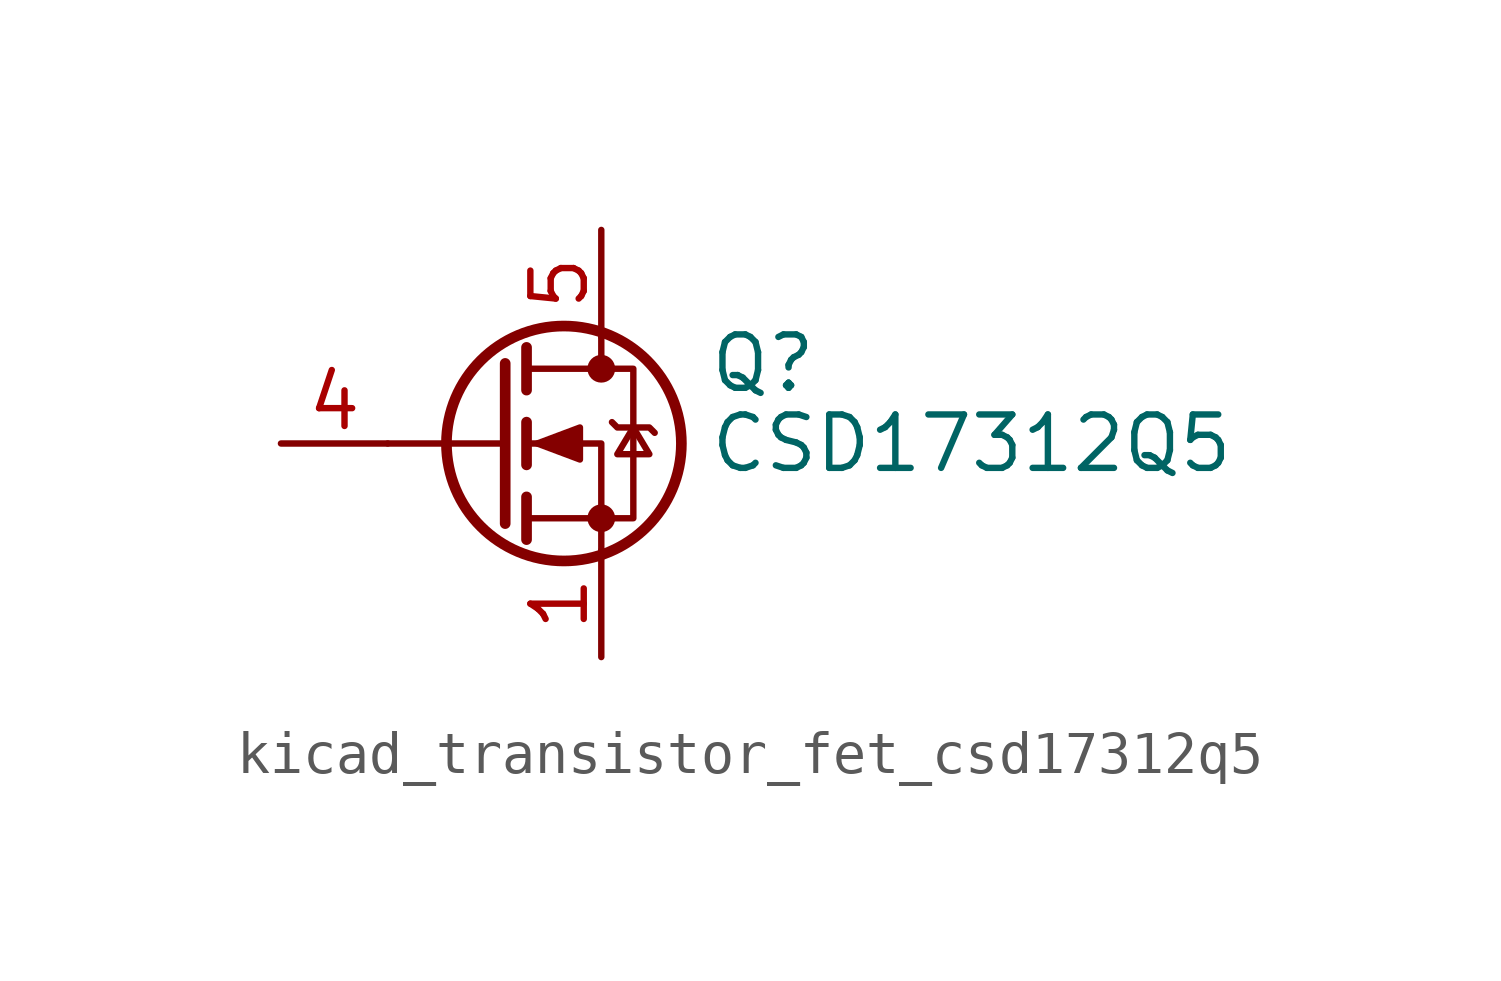
<source format=kicad_sym>
(kicad_symbol_lib
  (version 20220914)
  (generator kicad_symbol_editor)
  (symbol "kicad_transistor_fet_csd17312q5"
    (pin_names hide)
    (property "Reference" "Q"
      (at 5.08 1.905 0)
      (effects (font (size 1.27 1.27)) (justify left)))
    (property "Value" "CSD17312Q5"
      (at 5.08 0 0)
      (effects (font (size 1.27 1.27)) (justify left)))
    (symbol "kicad_transistor_fet_csd17312q5_0_1"
      (polyline (pts (xy 0.254 0) (xy -2.54 0)) (stroke (width 0) (type default)) (fill (type none)))
      (polyline (pts (xy 0.254 1.905) (xy 0.254 -1.905)) (stroke (width 0.254) (type default)) (fill (type none)))
      (polyline (pts (xy 0.762 -1.27) (xy 0.762 -2.286)) (stroke (width 0.254) (type default)) (fill (type none)))
      (polyline (pts (xy 0.762 0.508) (xy 0.762 -0.508)) (stroke (width 0.254) (type default)) (fill (type none)))
      (polyline (pts (xy 0.762 2.286) (xy 0.762 1.27)) (stroke (width 0.254) (type default)) (fill (type none)))
      (polyline (pts (xy 2.54 2.54) (xy 2.54 1.778)) (stroke (width 0) (type default)) (fill (type none)))
      (polyline (pts (xy 2.54 -2.54) (xy 2.54 0) (xy 0.762 0)) (stroke (width 0) (type default)) (fill (type none)))
      (polyline (pts (xy 0.762 -1.778) (xy 3.302 -1.778) (xy 3.302 1.778) (xy 0.762 1.778)) (stroke (width 0) (type default)) (fill (type none)))
      (polyline (pts (xy 1.016 0) (xy 2.032 0.381) (xy 2.032 -0.381) (xy 1.016 0)) (stroke (width 0) (type default)) (fill (type outline)))
      (polyline (pts (xy 2.794 0.508) (xy 2.921 0.381) (xy 3.683 0.381) (xy 3.81 0.254)) (stroke (width 0) (type default)) (fill (type none)))
      (polyline (pts (xy 3.302 0.381) (xy 2.921 -0.254) (xy 3.683 -0.254) (xy 3.302 0.381)) (stroke (width 0) (type default)) (fill (type none)))
      (circle (center 1.651 0) (radius 2.794) (stroke (width 0.254) (type default)) (fill (type none)))
      (circle (center 2.54 -1.778) (radius 0.254) (stroke (width 0) (type default)) (fill (type outline)))
      (circle (center 2.54 1.778) (radius 0.254) (stroke (width 0) (type default)) (fill (type outline))))
    (symbol "kicad_transistor_fet_csd17312q5_1_1"
      (pin passive line (at 2.54 -5.08 90) (length 2.54) (name "S" (effects (font (size 1.27 1.27)))) (number "1" (effects (font (size 1.27 1.27)))))
      (pin passive line (at 2.54 -5.08 90) (length 2.54) hide (name "S" (effects (font (size 1.27 1.27)))) (number "2" (effects (font (size 1.27 1.27)))))
      (pin passive line (at 2.54 -5.08 90) (length 2.54) hide (name "S" (effects (font (size 1.27 1.27)))) (number "3" (effects (font (size 1.27 1.27)))))
      (pin passive line (at -5.08 0 0) (length 2.54) (name "G" (effects (font (size 1.27 1.27)))) (number "4" (effects (font (size 1.27 1.27)))))
      (pin passive line (at 2.54 5.08 270) (length 2.54) (name "D" (effects (font (size 1.27 1.27)))) (number "5" (effects (font (size 1.27 1.27))))))))
</source>
